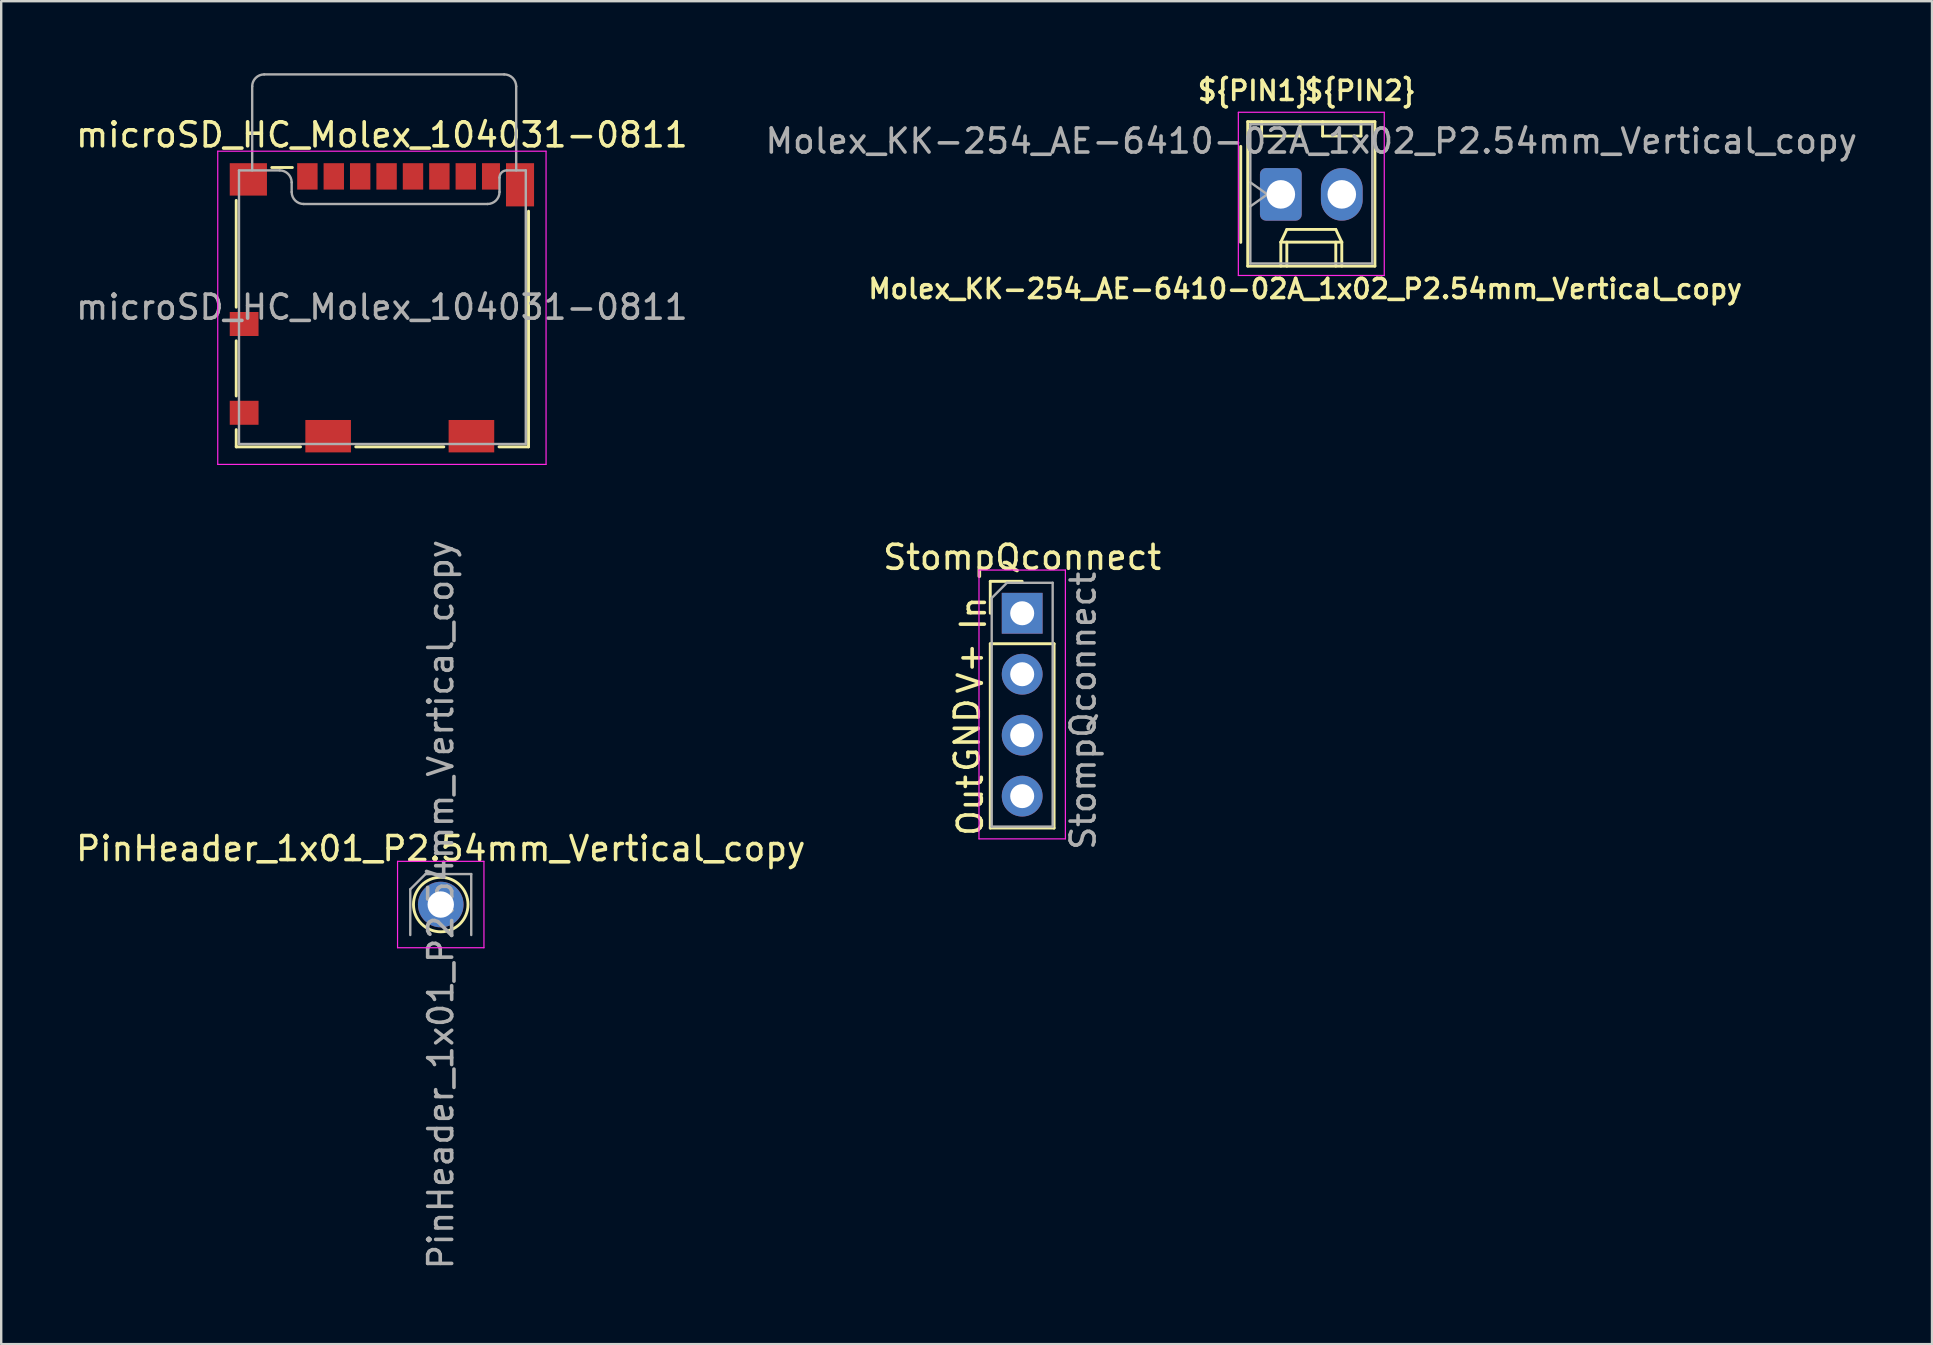
<source format=kicad_pcb>
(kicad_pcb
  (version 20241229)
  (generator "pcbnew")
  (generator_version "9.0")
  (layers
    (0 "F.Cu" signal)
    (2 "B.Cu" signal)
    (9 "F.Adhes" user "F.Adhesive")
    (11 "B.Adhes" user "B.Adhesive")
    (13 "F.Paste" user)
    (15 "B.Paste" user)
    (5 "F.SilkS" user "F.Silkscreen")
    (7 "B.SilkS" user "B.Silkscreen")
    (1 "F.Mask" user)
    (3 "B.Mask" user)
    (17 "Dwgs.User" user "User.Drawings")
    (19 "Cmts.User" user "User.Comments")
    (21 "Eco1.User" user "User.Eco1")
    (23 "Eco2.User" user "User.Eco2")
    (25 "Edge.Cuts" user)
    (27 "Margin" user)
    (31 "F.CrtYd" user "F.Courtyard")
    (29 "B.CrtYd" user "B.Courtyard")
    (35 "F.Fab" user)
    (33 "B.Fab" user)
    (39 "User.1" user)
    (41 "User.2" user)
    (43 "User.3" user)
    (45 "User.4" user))
  (footprint "StompQconnect"
    (layer "F.Cu")
    (at 39.542 22.503)
    (property "Reference" "StompQconnect" (at 0 -2.33 0) (layer "F.SilkS") (effects (font (size 1 1) (thickness 0.15))))
    (attr through_hole)
    (fp_line (start -1.33 -1.33) (end 0 -1.33) (stroke (width 0.12) (type solid)) (layer "F.SilkS"))
    (fp_line (start -1.33 0) (end -1.33 -1.33) (stroke (width 0.12) (type solid)) (layer "F.SilkS"))
    (fp_line (start -1.33 1.27) (end -1.33 8.95) (stroke (width 0.12) (type solid)) (layer "F.SilkS"))
    (fp_line (start -1.33 1.27) (end 1.33 1.27) (stroke (width 0.12) (type solid)) (layer "F.SilkS"))
    (fp_line (start -1.33 8.95) (end 1.33 8.95) (stroke (width 0.12) (type solid)) (layer "F.SilkS"))
    (fp_line (start 1.33 1.27) (end 1.33 8.95) (stroke (width 0.12) (type solid)) (layer "F.SilkS"))
    (fp_line (start -1.8 -1.8) (end -1.8 9.4) (stroke (width 0.05) (type solid)) (layer "F.CrtYd"))
    (fp_line (start -1.8 9.4) (end 1.8 9.4) (stroke (width 0.05) (type solid)) (layer "F.CrtYd"))
    (fp_line (start 1.8 -1.8) (end -1.8 -1.8) (stroke (width 0.05) (type solid)) (layer "F.CrtYd"))
    (fp_line (start 1.8 9.4) (end 1.8 -1.8) (stroke (width 0.05) (type solid)) (layer "F.CrtYd"))
    (fp_line (start -1.27 -0.635) (end -0.635 -1.27) (stroke (width 0.1) (type solid)) (layer "F.Fab"))
    (fp_line (start -1.27 8.89) (end -1.27 -0.635) (stroke (width 0.1) (type solid)) (layer "F.Fab"))
    (fp_line (start -0.635 -1.27) (end 1.27 -1.27) (stroke (width 0.1) (type solid)) (layer "F.Fab"))
    (fp_line (start 1.27 -1.27) (end 1.27 8.89) (stroke (width 0.1) (type solid)) (layer "F.Fab"))
    (fp_line (start 1.27 8.89) (end -1.27 8.89) (stroke (width 0.1) (type solid)) (layer "F.Fab"))
    (fp_text user "In" (at -2.032 0 90) (unlocked yes) (layer "F.SilkS") (effects (font (size 1 1) (thickness 0.15))))
    (fp_text user "Out" (at -2.159 8.001 90) (unlocked yes) (layer "F.SilkS") (effects (font (size 1 1) (thickness 0.15))))
    (fp_text user "V+" (at -2.159 2.286 90) (unlocked yes) (layer "F.SilkS") (effects (font (size 1 1) (thickness 0.15))))
    (fp_text user "GND" (at -2.286 5.08 90) (unlocked yes) (layer "F.SilkS") (effects (font (size 1 1) (thickness 0.15))))
    (fp_text user "${REFERENCE}" (at 2.54 4.064 90) (layer "F.Fab") (effects (font (size 1 1) (thickness 0.15))))
    (pad "1" thru_hole rect (at 0 0) (size 1.7 1.7) (drill 1) (layers "*.Cu" "*.Mask"))
    (pad "2" thru_hole oval (at 0 2.54) (size 1.7 1.7) (drill 1) (layers "*.Cu" "*.Mask"))
    (pad "3" thru_hole oval (at 0 5.08) (size 1.7 1.7) (drill 1) (layers "*.Cu" "*.Mask"))
    (pad "4" thru_hole oval (at 0 7.62) (size 1.7 1.7) (drill 1) (layers "*.Cu" "*.Mask")))
  (footprint "Molex_KK-254_AE-6410-02A_1x02_P2.54mm_Vertical_copy"
    (layer "F.Cu")
    (at 50.319 5.049)
    (property "Reference" "Molex_KK-254_AE-6410-02A_1x02_P2.54mm_Vertical_copy" (at 1.016 3.937 0) (layer "F.SilkS") (effects (font (size 0.8 0.8) (thickness 0.15))))
    (attr through_hole)
    (fp_line (start -1.67 -2) (end -1.67 2) (stroke (width 0.12) (type solid)) (layer "F.SilkS"))
    (fp_line (start -1.38 -3.03) (end -1.38 2.99) (stroke (width 0.12) (type solid)) (layer "F.SilkS"))
    (fp_line (start -1.38 2.99) (end 3.92 2.99) (stroke (width 0.12) (type solid)) (layer "F.SilkS"))
    (fp_line (start -0.8 -3.03) (end -0.8 -2.43) (stroke (width 0.12) (type solid)) (layer "F.SilkS"))
    (fp_line (start -0.8 -2.43) (end 0.8 -2.43) (stroke (width 0.12) (type solid)) (layer "F.SilkS"))
    (fp_line (start 0 1.99) (end 0.25 1.46) (stroke (width 0.12) (type solid)) (layer "F.SilkS"))
    (fp_line (start 0 1.99) (end 2.54 1.99) (stroke (width 0.12) (type solid)) (layer "F.SilkS"))
    (fp_line (start 0 2.99) (end 0 1.99) (stroke (width 0.12) (type solid)) (layer "F.SilkS"))
    (fp_line (start 0.25 1.46) (end 2.29 1.46) (stroke (width 0.12) (type solid)) (layer "F.SilkS"))
    (fp_line (start 0.25 2.99) (end 0.25 1.99) (stroke (width 0.12) (type solid)) (layer "F.SilkS"))
    (fp_line (start 0.8 -2.43) (end 0.8 -3.03) (stroke (width 0.12) (type solid)) (layer "F.SilkS"))
    (fp_line (start 1.74 -3.03) (end 1.74 -2.43) (stroke (width 0.12) (type solid)) (layer "F.SilkS"))
    (fp_line (start 1.74 -2.43) (end 3.34 -2.43) (stroke (width 0.12) (type solid)) (layer "F.SilkS"))
    (fp_line (start 2.29 1.46) (end 2.54 1.99) (stroke (width 0.12) (type solid)) (layer "F.SilkS"))
    (fp_line (start 2.29 2.99) (end 2.29 1.99) (stroke (width 0.12) (type solid)) (layer "F.SilkS"))
    (fp_line (start 2.54 1.99) (end 2.54 2.99) (stroke (width 0.12) (type solid)) (layer "F.SilkS"))
    (fp_line (start 3.34 -2.43) (end 3.34 -3.03) (stroke (width 0.12) (type solid)) (layer "F.SilkS"))
    (fp_line (start 3.92 -3.03) (end -1.38 -3.03) (stroke (width 0.12) (type solid)) (layer "F.SilkS"))
    (fp_line (start 3.92 2.99) (end 3.92 -3.03) (stroke (width 0.12) (type solid)) (layer "F.SilkS"))
    (fp_line (start -1.77 -3.42) (end -1.77 3.38) (stroke (width 0.05) (type solid)) (layer "F.CrtYd"))
    (fp_line (start -1.77 3.38) (end 4.31 3.38) (stroke (width 0.05) (type solid)) (layer "F.CrtYd"))
    (fp_line (start 4.31 -3.42) (end -1.77 -3.42) (stroke (width 0.05) (type solid)) (layer "F.CrtYd"))
    (fp_line (start 4.31 3.38) (end 4.31 -3.42) (stroke (width 0.05) (type solid)) (layer "F.CrtYd"))
    (fp_line (start -1.27 -2.92) (end -1.27 2.88) (stroke (width 0.1) (type solid)) (layer "F.Fab"))
    (fp_line (start -1.27 -0.5) (end -0.563 0) (stroke (width 0.1) (type solid)) (layer "F.Fab"))
    (fp_line (start -1.27 2.88) (end 3.81 2.88) (stroke (width 0.1) (type solid)) (layer "F.Fab"))
    (fp_line (start -0.563 0) (end -1.27 0.5) (stroke (width 0.1) (type solid)) (layer "F.Fab"))
    (fp_line (start 3.81 -2.92) (end -1.27 -2.92) (stroke (width 0.1) (type solid)) (layer "F.Fab"))
    (fp_line (start 3.81 2.88) (end 3.81 -2.92) (stroke (width 0.1) (type solid)) (layer "F.Fab"))
    (fp_text user "${PIN1}" (at -1.143 -4.318 0) (layer "F.SilkS") (effects (font (size 0.8 0.8) (thickness 0.15))))
    (fp_text user "${PIN2}" (at 3.302 -4.318 0) (layer "F.SilkS") (effects (font (size 0.8 0.8) (thickness 0.15))))
    (fp_text user "${REFERENCE}" (at 1.27 -2.22 0) (layer "F.Fab") (effects (font (size 1 1) (thickness 0.15))))
    (pad "1" thru_hole roundrect (at 0 0) (size 1.74 2.19) (drill 1.19) (layers "*.Cu" "*.Mask") (roundrect_rratio 0.144))
    (pad "2" thru_hole oval (at 2.54 0) (size 1.74 2.19) (drill 1.19) (layers "*.Cu" "*.Mask")))
  (footprint "microSD_HC_Molex_104031-0811"
    (layer "F.Cu")
    (at 12.863 9.75)
    (property "Reference" "microSD_HC_Molex_104031-0811" (at 0 -7.18 0) (layer "F.SilkS") (effects (font (size 1 1) (thickness 0.15))))
    (attr smd)
    (fp_line (start -6.07 -4.45) (end -6.07 0) (stroke (width 0.12) (type solid)) (layer "F.SilkS"))
    (fp_line (start -6.07 1.4) (end -6.07 3.7) (stroke (width 0.12) (type solid)) (layer "F.SilkS"))
    (fp_line (start -6.07 5.1) (end -6.07 5.82) (stroke (width 0.12) (type solid)) (layer "F.SilkS"))
    (fp_line (start -6.07 5.82) (end -3.39 5.82) (stroke (width 0.12) (type solid)) (layer "F.SilkS"))
    (fp_line (start -4.59 -5.82) (end -3.73 -5.82) (stroke (width 0.12) (type solid)) (layer "F.SilkS"))
    (fp_line (start -1.09 5.82) (end 2.58 5.82) (stroke (width 0.12) (type solid)) (layer "F.SilkS"))
    (fp_line (start 4.88 5.82) (end 6.11 5.82) (stroke (width 0.12) (type solid)) (layer "F.SilkS"))
    (fp_line (start 6.11 5.82) (end 6.11 -4) (stroke (width 0.12) (type solid)) (layer "F.SilkS"))
    (fp_line (start -6.84 -6.5) (end 6.84 -6.5) (stroke (width 0.05) (type solid)) (layer "F.CrtYd"))
    (fp_line (start -6.84 6.55) (end -6.84 -6.5) (stroke (width 0.05) (type solid)) (layer "F.CrtYd"))
    (fp_line (start 6.84 -6.5) (end 6.84 6.55) (stroke (width 0.05) (type solid)) (layer "F.CrtYd"))
    (fp_line (start 6.84 6.55) (end -6.84 6.55) (stroke (width 0.05) (type solid)) (layer "F.CrtYd"))
    (fp_line (start -5.955 -5.7) (end -5.955 5.7) (stroke (width 0.1) (type solid)) (layer "F.Fab"))
    (fp_line (start -5.955 -5.7) (end -4.26 -5.7) (stroke (width 0.1) (type solid)) (layer "F.Fab"))
    (fp_line (start -5.405 -9.2) (end -5.405 -5.7) (stroke (width 0.1) (type solid)) (layer "F.Fab"))
    (fp_line (start -4.905 -9.7) (end 5.095 -9.7) (stroke (width 0.1) (type solid)) (layer "F.Fab"))
    (fp_line (start -3.76 -4.8) (end -3.76 -5.2) (stroke (width 0.1) (type solid)) (layer "F.Fab"))
    (fp_line (start 4.4 -4.3) (end -3.26 -4.3) (stroke (width 0.1) (type solid)) (layer "F.Fab"))
    (fp_line (start 4.9 -5.4) (end 4.9 -4.8) (stroke (width 0.1) (type solid)) (layer "F.Fab"))
    (fp_line (start 5.595 -5.7) (end 5.595 -9.2) (stroke (width 0.1) (type solid)) (layer "F.Fab"))
    (fp_line (start 5.995 -5.7) (end 5.21 -5.7) (stroke (width 0.1) (type solid)) (layer "F.Fab"))
    (fp_line (start 5.995 5.7) (end -5.955 5.7) (stroke (width 0.1) (type solid)) (layer "F.Fab"))
    (fp_line (start 5.995 5.7) (end 5.995 -5.7) (stroke (width 0.1) (type solid)) (layer "F.Fab"))
    (fp_arc (start -5.405 -9.2) (mid -5.258553 -9.553553) (end -4.905 -9.7) (stroke (width 0.1) (type solid)) (layer "F.Fab"))
    (fp_arc (start -4.26 -5.7) (mid -3.906447 -5.553553) (end -3.76 -5.2) (stroke (width 0.1) (type solid)) (layer "F.Fab"))
    (fp_arc (start -3.26 -4.3) (mid -3.613553 -4.446447) (end -3.76 -4.8) (stroke (width 0.1) (type solid)) (layer "F.Fab"))
    (fp_arc (start 4.9 -5.4) (mid 4.987868 -5.612132) (end 5.2 -5.7) (stroke (width 0.1) (type solid)) (layer "F.Fab"))
    (fp_arc (start 4.9 -4.8) (mid 4.753553 -4.446447) (end 4.4 -4.3) (stroke (width 0.1) (type solid)) (layer "F.Fab"))
    (fp_arc (start 5.095 -9.7) (mid 5.448553 -9.553553) (end 5.595 -9.2) (stroke (width 0.1) (type solid)) (layer "F.Fab"))
    (fp_text user "${REFERENCE}" (at 0 0 0) (layer "F.Fab") (effects (font (size 1 1) (thickness 0.15))))
    (pad "1" smd rect (at -3.105 -5.45) (size 0.85 1.1) (layers "F.Cu" "F.Mask" "F.Paste"))
    (pad "2" smd rect (at -2.005 -5.45) (size 0.85 1.1) (layers "F.Cu" "F.Mask" "F.Paste"))
    (pad "3" smd rect (at -0.905 -5.45) (size 0.85 1.1) (layers "F.Cu" "F.Mask" "F.Paste"))
    (pad "4" smd rect (at 0.195 -5.45) (size 0.85 1.1) (layers "F.Cu" "F.Mask" "F.Paste"))
    (pad "5" smd rect (at 1.295 -5.45) (size 0.85 1.1) (layers "F.Cu" "F.Mask" "F.Paste"))
    (pad "6" smd rect (at 2.395 -5.45) (size 0.85 1.1) (layers "F.Cu" "F.Mask" "F.Paste"))
    (pad "7" smd rect (at 3.495 -5.45) (size 0.85 1.1) (layers "F.Cu" "F.Mask" "F.Paste"))
    (pad "8" smd rect (at 4.545 -5.45) (size 0.75 1.1) (layers "F.Cu" "F.Mask" "F.Paste"))
    (pad "9" smd rect (at -5.74 0.7) (size 1.2 1) (layers "F.Cu" "F.Mask" "F.Paste"))
    (pad "10" smd rect (at -5.74 4.4) (size 1.2 1) (layers "F.Cu" "F.Mask" "F.Paste"))
    (pad "11" smd rect (at -5.565 -5.325) (size 1.55 1.35) (layers "F.Cu" "F.Mask" "F.Paste"))
    (pad "11" smd rect (at -2.24 5.375) (size 1.9 1.35) (layers "F.Cu" "F.Mask" "F.Paste"))
    (pad "11" smd rect (at 3.73 5.375) (size 1.9 1.35) (layers "F.Cu" "F.Mask" "F.Paste"))
    (pad "11" smd rect (at 5.755 -5.1) (size 1.17 1.8) (layers "F.Cu" "F.Mask" "F.Paste")))
  (footprint "PinHeader_1x01_P2.54mm_Vertical_copy"
    (layer "F.Cu")
    (at 15.315 34.64)
    (property "Reference" "PinHeader_1x01_P2.54mm_Vertical_copy" (at 0 -2.33 0) (layer "F.SilkS") (effects (font (size 1 1) (thickness 0.15))))
    (attr through_hole)
    (fp_circle (center 0 0) (end 1.016 0.508) (stroke (width 0.12) (type solid)) (fill no) (layer "F.SilkS"))
    (fp_line (start -1.8 -1.8) (end -1.8 1.8) (stroke (width 0.05) (type solid)) (layer "F.CrtYd"))
    (fp_line (start -1.8 1.8) (end 1.8 1.8) (stroke (width 0.05) (type solid)) (layer "F.CrtYd"))
    (fp_line (start 1.8 -1.8) (end -1.8 -1.8) (stroke (width 0.05) (type solid)) (layer "F.CrtYd"))
    (fp_line (start 1.8 1.8) (end 1.8 -1.8) (stroke (width 0.05) (type solid)) (layer "F.CrtYd"))
    (fp_line (start -1.27 -0.635) (end -0.635 -1.27) (stroke (width 0.1) (type solid)) (layer "F.Fab"))
    (fp_line (start -1.27 1.27) (end -1.27 -0.635) (stroke (width 0.1) (type solid)) (layer "F.Fab"))
    (fp_line (start -0.635 -1.27) (end 1.27 -1.27) (stroke (width 0.1) (type solid)) (layer "F.Fab"))
    (fp_line (start 1.27 -1.27) (end 1.27 1.27) (stroke (width 0.1) (type solid)) (layer "F.Fab"))
    (fp_text user "${REFERENCE}" (at 0 0 90) (layer "F.Fab") (effects (font (size 1 1) (thickness 0.15))))
    (pad "1" thru_hole circle (at 0 0) (size 1.9 1.9) (drill 1.1) (layers "*.Cu" "*.Mask")))
  (gr_rect
    (start -3 -3)
    (end 77.452 52.956)
    (stroke (width 0.1) (type default))
    (fill no)
    (layer "Edge.Cuts")))
</source>
